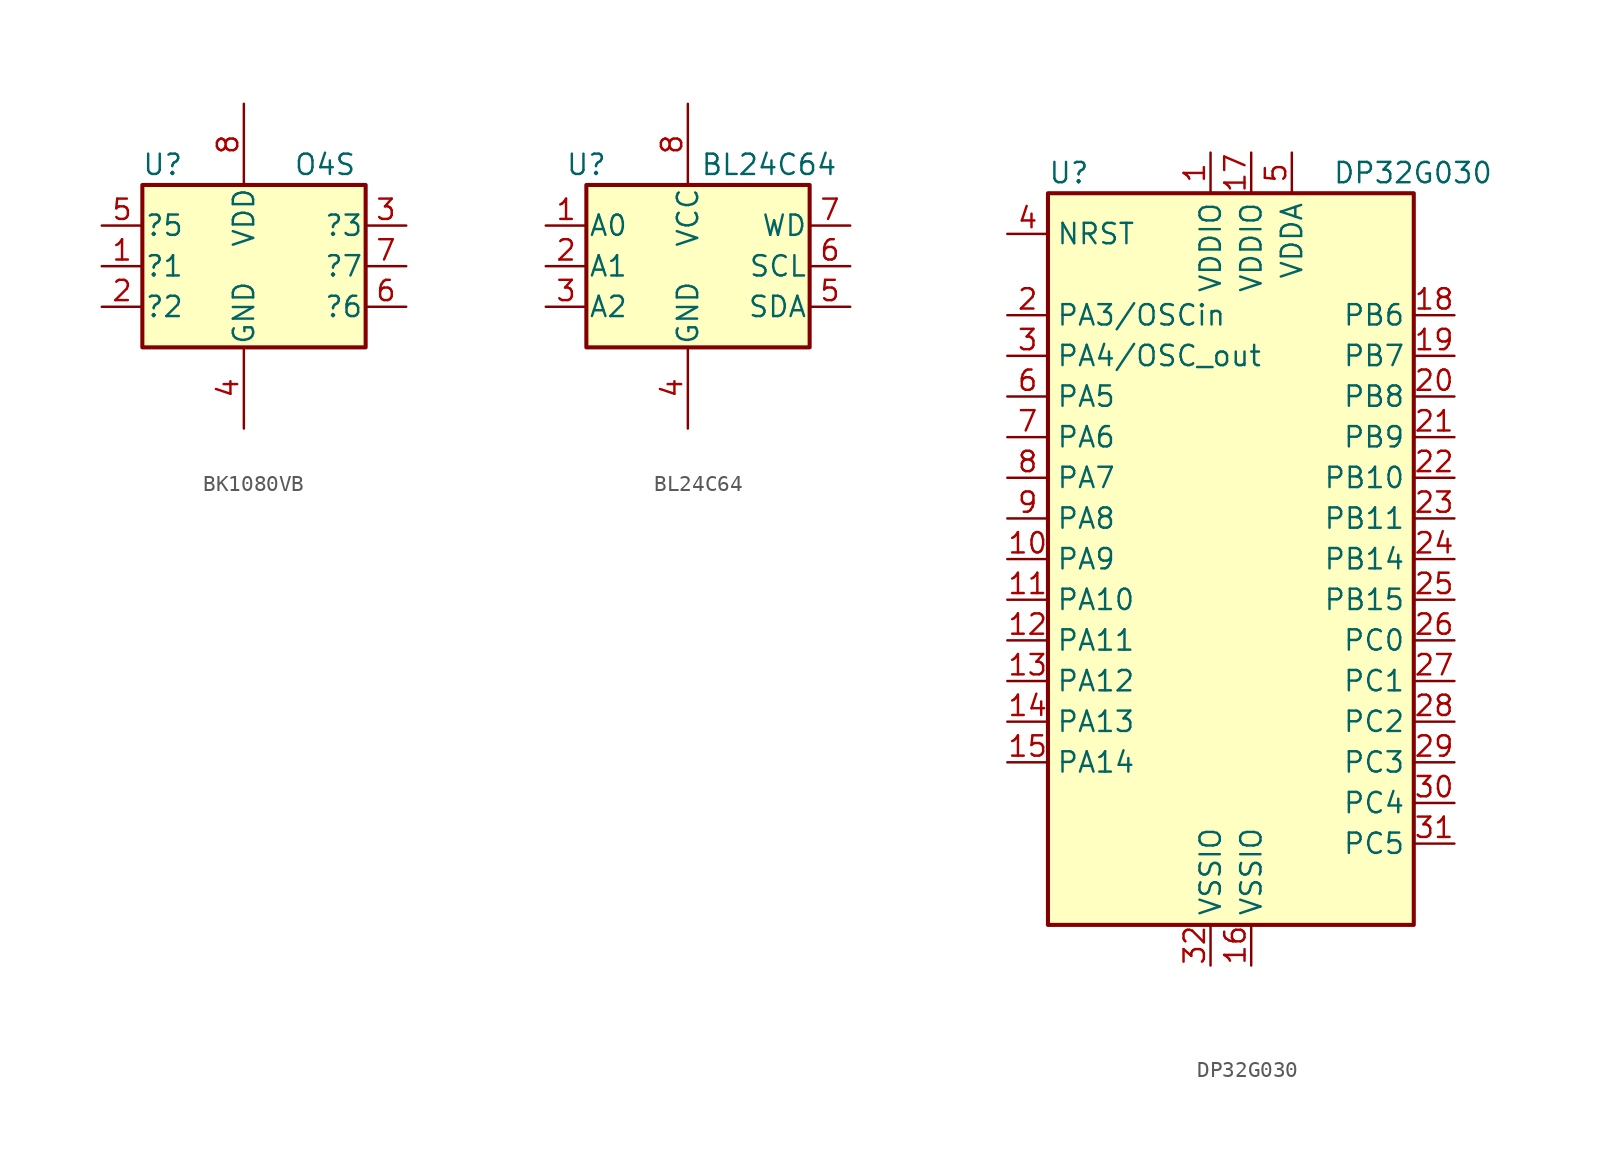
<source format=kicad_sym>
(kicad_symbol_lib
  (version 20220914)
  (generator kicad_symbol_editor)
  (symbol "BK1080VB"
    (pin_names
      (offset 0.127))
    (property "Reference" "U"
      (at -5.08 6.35 0)
      (effects (font (size 1.27 1.27))))
    (property "Value" "O4S"
      (at 5.08 6.35 0)
      (effects (font (size 1.27 1.27))))
    (symbol "BK1080VB_0_1"
      (rectangle (start -6.35 5.08) (end 7.62 -5.08) (stroke (width 0.254) (type default)) (fill (type background))))
    (symbol "BK1080VB_1_1"
      (pin input line (at -8.89 0 0) (length 2.54) (name "?1" (effects (font (size 1.27 1.27)))) (number "1" (effects (font (size 1.27 1.27)))))
      (pin input line (at -8.89 -2.54 0) (length 2.54) (name "?2" (effects (font (size 1.27 1.27)))) (number "2" (effects (font (size 1.27 1.27)))))
      (pin output line (at 10.16 2.54 180) (length 2.54) (name "?3" (effects (font (size 1.27 1.27)))) (number "3" (effects (font (size 1.27 1.27)))))
      (pin power_in line (at 0 -10.16 90) (length 5.08) (name "GND" (effects (font (size 1.27 1.27)))) (number "4" (effects (font (size 1.27 1.27)))))
      (pin input line (at -8.89 2.54 0) (length 2.54) (name "?5" (effects (font (size 1.27 1.27)))) (number "5" (effects (font (size 1.27 1.27)))))
      (pin input line (at 10.16 -2.54 180) (length 2.54) (name "?6" (effects (font (size 1.27 1.27)))) (number "6" (effects (font (size 1.27 1.27)))))
      (pin output line (at 10.16 0 180) (length 2.54) (name "?7" (effects (font (size 1.27 1.27)))) (number "7" (effects (font (size 1.27 1.27)))))
      (pin power_in line (at 0 10.16 270) (length 5.08) (name "VDD" (effects (font (size 1.27 1.27)))) (number "8" (effects (font (size 1.27 1.27)))))))
  (symbol "BL24C64"
    (pin_names
      (offset 0.127))
    (property "Reference" "U"
      (at -6.35 6.35 0)
      (effects (font (size 1.27 1.27))))
    (property "Value" "BL24C64"
      (at 5.08 6.35 0)
      (effects (font (size 1.27 1.27))))
    (symbol "BL24C64_0_1"
      (rectangle (start -6.35 5.08) (end 7.62 -5.08) (stroke (width 0.254) (type default)) (fill (type background))))
    (symbol "BL24C64_1_1"
      (pin input line (at -8.89 2.54 0) (length 2.54) (name "A0" (effects (font (size 1.27 1.27)))) (number "1" (effects (font (size 1.27 1.27)))))
      (pin input line (at -8.89 0 0) (length 2.54) (name "A1" (effects (font (size 1.27 1.27)))) (number "2" (effects (font (size 1.27 1.27)))))
      (pin input line (at -8.89 -2.54 0) (length 2.54) (name "A2" (effects (font (size 1.27 1.27)))) (number "3" (effects (font (size 1.27 1.27)))))
      (pin power_in line (at 0 -10.16 90) (length 5.08) (name "GND" (effects (font (size 1.27 1.27)))) (number "4" (effects (font (size 1.27 1.27)))))
      (pin bidirectional line (at 10.16 -2.54 180) (length 2.54) (name "SDA" (effects (font (size 1.27 1.27)))) (number "5" (effects (font (size 1.27 1.27)))))
      (pin bidirectional line (at 10.16 0 180) (length 2.54) (name "SCL" (effects (font (size 1.27 1.27)))) (number "6" (effects (font (size 1.27 1.27)))))
      (pin bidirectional line (at 10.16 2.54 180) (length 2.54) (name "WD" (effects (font (size 1.27 1.27)))) (number "7" (effects (font (size 1.27 1.27)))))
      (pin power_in line (at 0 10.16 270) (length 5.08) (name "VCC" (effects (font (size 1.27 1.27)))) (number "8" (effects (font (size 1.27 1.27)))))))
  (symbol "DP32G030"
    (property "Reference" "U"
      (at -10.16 24.13 0)
      (effects (font (size 1.27 1.27)) (justify left)))
    (property "Value" "DP32G030"
      (at 7.62 24.13 0)
      (effects (font (size 1.27 1.27)) (justify left)))
    (property "ki_locked" ""
      (at 0 0 0)
      (effects (font (size 1.27 1.27))))
    (symbol "DP32G030_0_1"
      (rectangle (start -10.16 22.86) (end 12.7 -22.86) (stroke (width 0.254) (type default)) (fill (type background))))
    (symbol "DP32G030_1_1"
      (pin power_in line (at 0 25.4 270) (length 2.54) (name "VDDIO" (effects (font (size 1.27 1.27)))) (number "1" (effects (font (size 1.27 1.27)))))
      (pin bidirectional line (at -12.7 0 0) (length 2.54) (name "PA9" (effects (font (size 1.27 1.27)))) (number "10" (effects (font (size 1.27 1.27)))) (alternate "ADC_IN4" bidirectional line) (alternate "SPI1_NSS" bidirectional line) (alternate "TIM14_CH1" bidirectional line) (alternate "USART1_CK" bidirectional line))
      (pin bidirectional line (at -12.7 -2.54 0) (length 2.54) (name "PA10" (effects (font (size 1.27 1.27)))) (number "11" (effects (font (size 1.27 1.27)))) (alternate "ADC_IN5" bidirectional line) (alternate "SPI1_SCK" bidirectional line))
      (pin bidirectional line (at -12.7 -5.08 0) (length 2.54) (name "PA11" (effects (font (size 1.27 1.27)))) (number "12" (effects (font (size 1.27 1.27)))) (alternate "ADC_IN6" bidirectional line) (alternate "SPI1_MISO" bidirectional line) (alternate "TIM16_CH1" bidirectional line) (alternate "TIM1_BKIN" bidirectional line) (alternate "TIM3_CH1" bidirectional line))
      (pin bidirectional line (at -12.7 -7.62 0) (length 2.54) (name "PA12" (effects (font (size 1.27 1.27)))) (number "13" (effects (font (size 1.27 1.27)))) (alternate "ADC_IN7" bidirectional line) (alternate "SPI1_MOSI" bidirectional line) (alternate "TIM14_CH1" bidirectional line) (alternate "TIM17_CH1" bidirectional line) (alternate "TIM1_CH1N" bidirectional line) (alternate "TIM3_CH2" bidirectional line))
      (pin bidirectional line (at -12.7 -10.16 0) (length 2.54) (name "PA13" (effects (font (size 1.27 1.27)))) (number "14" (effects (font (size 1.27 1.27)))) (alternate "ADC_IN8" bidirectional line) (alternate "TIM1_CH2N" bidirectional line) (alternate "TIM3_CH3" bidirectional line))
      (pin bidirectional line (at -12.7 -12.7 0) (length 2.54) (name "PA14" (effects (font (size 1.27 1.27)))) (number "15" (effects (font (size 1.27 1.27)))) (alternate "ADC_IN9" bidirectional line) (alternate "TIM14_CH1" bidirectional line) (alternate "TIM1_CH3N" bidirectional line) (alternate "TIM3_CH4" bidirectional line))
      (pin power_in line (at 2.54 -25.4 90) (length 2.54) (name "VSSIO" (effects (font (size 1.27 1.27)))) (number "16" (effects (font (size 1.27 1.27)))))
      (pin power_in line (at 2.54 25.4 270) (length 2.54) (name "VDDIO" (effects (font (size 1.27 1.27)))) (number "17" (effects (font (size 1.27 1.27)))))
      (pin bidirectional line (at 15.24 15.24 180) (length 2.54) (name "PB6" (effects (font (size 1.27 1.27)))) (number "18" (effects (font (size 1.27 1.27)))) (alternate "RCC_MCO" bidirectional line) (alternate "TIM1_CH1" bidirectional line) (alternate "USART1_CK" bidirectional line))
      (pin bidirectional line (at 15.24 12.7 180) (length 2.54) (name "PB7" (effects (font (size 1.27 1.27)))) (number "19" (effects (font (size 1.27 1.27)))) (alternate "I2C1_SCL" bidirectional line) (alternate "TIM1_CH2" bidirectional line) (alternate "USART1_TX" bidirectional line))
      (pin bidirectional line (at -12.7 15.24 0) (length 2.54) (name "PA3/OSCin" (effects (font (size 1.27 1.27)))) (number "2" (effects (font (size 1.27 1.27)))) (alternate "RCC_OSC_IN" bidirectional line))
      (pin bidirectional line (at 15.24 10.16 180) (length 2.54) (name "PB8" (effects (font (size 1.27 1.27)))) (number "20" (effects (font (size 1.27 1.27)))) (alternate "I2C1_SDA" bidirectional line) (alternate "TIM17_BKIN" bidirectional line) (alternate "TIM1_CH3" bidirectional line) (alternate "USART1_RX" bidirectional line))
      (pin bidirectional line (at 15.24 7.62 180) (length 2.54) (name "PB9" (effects (font (size 1.27 1.27)))) (number "21" (effects (font (size 1.27 1.27)))) (alternate "TIM1_CH4" bidirectional line) (alternate "USART1_CTS" bidirectional line))
      (pin bidirectional line (at 15.24 5.08 180) (length 2.54) (name "PB10" (effects (font (size 1.27 1.27)))) (number "22" (effects (font (size 1.27 1.27)))) (alternate "TIM1_ETR" bidirectional line) (alternate "USART1_DE" bidirectional line) (alternate "USART1_RTS" bidirectional line))
      (pin bidirectional line (at 15.24 2.54 180) (length 2.54) (name "PB11" (effects (font (size 1.27 1.27)))) (number "23" (effects (font (size 1.27 1.27)))) (alternate "IR_OUT" bidirectional line) (alternate "SYS_SWDIO" bidirectional line))
      (pin bidirectional line (at 15.24 0 180) (length 2.54) (name "PB14" (effects (font (size 1.27 1.27)))) (number "24" (effects (font (size 1.27 1.27)))) (alternate "SYS_SWCLK" bidirectional line) (alternate "USART1_TX" bidirectional line))
      (pin bidirectional line (at 15.24 -2.54 180) (length 2.54) (name "PB15" (effects (font (size 1.27 1.27)))) (number "25" (effects (font (size 1.27 1.27)))) (alternate "SPI1_NSS" bidirectional line) (alternate "USART1_RX" bidirectional line))
      (pin bidirectional line (at 15.24 -5.08 180) (length 2.54) (name "PC0" (effects (font (size 1.27 1.27)))) (number "26" (effects (font (size 1.27 1.27)))) (alternate "SPI1_SCK" bidirectional line))
      (pin bidirectional line (at 15.24 -7.62 180) (length 2.54) (name "PC1" (effects (font (size 1.27 1.27)))) (number "27" (effects (font (size 1.27 1.27)))) (alternate "SPI1_MISO" bidirectional line) (alternate "TIM3_CH1" bidirectional line))
      (pin bidirectional line (at 15.24 -10.16 180) (length 2.54) (name "PC2" (effects (font (size 1.27 1.27)))) (number "28" (effects (font (size 1.27 1.27)))) (alternate "I2C1_SMBA" bidirectional line) (alternate "SPI1_MOSI" bidirectional line) (alternate "TIM16_BKIN" bidirectional line) (alternate "TIM3_CH2" bidirectional line))
      (pin bidirectional line (at 15.24 -12.7 180) (length 2.54) (name "PC3" (effects (font (size 1.27 1.27)))) (number "29" (effects (font (size 1.27 1.27)))) (alternate "I2C1_SCL" bidirectional line) (alternate "TIM16_CH1N" bidirectional line) (alternate "USART1_TX" bidirectional line))
      (pin bidirectional line (at -12.7 12.7 0) (length 2.54) (name "PA4/OSC_out" (effects (font (size 1.27 1.27)))) (number "3" (effects (font (size 1.27 1.27)))) (alternate "RCC_OSC_OUT" bidirectional line))
      (pin bidirectional line (at 15.24 -15.24 180) (length 2.54) (name "PC4" (effects (font (size 1.27 1.27)))) (number "30" (effects (font (size 1.27 1.27)))) (alternate "I2C1_SDA" bidirectional line) (alternate "TIM17_CH1N" bidirectional line) (alternate "USART1_RX" bidirectional line))
      (pin bidirectional line (at 15.24 -17.78 180) (length 2.54) (name "PC5" (effects (font (size 1.27 1.27)))) (number "31" (effects (font (size 1.27 1.27)))))
      (pin passive line (at 2.54 -25.4 90) (length 2.54) hide (name "VSS" (effects (font (size 1.27 1.27)))) (number "32" (effects (font (size 1.27 1.27)))))
      (pin power_in line (at 0 -25.4 90) (length 2.54) (name "VSSIO" (effects (font (size 1.27 1.27)))) (number "32" (effects (font (size 1.27 1.27)))))
      (pin input line (at -12.7 20.32 0) (length 2.54) (name "NRST" (effects (font (size 1.27 1.27)))) (number "4" (effects (font (size 1.27 1.27)))))
      (pin power_in line (at 5.08 25.4 270) (length 2.54) (name "VDDA" (effects (font (size 1.27 1.27)))) (number "5" (effects (font (size 1.27 1.27)))))
      (pin bidirectional line (at -12.7 10.16 0) (length 2.54) (name "PA5" (effects (font (size 1.27 1.27)))) (number "6" (effects (font (size 1.27 1.27)))) (alternate "ADC_IN0" bidirectional line) (alternate "RTC_TAMP2" bidirectional line) (alternate "SYS_WKUP1" bidirectional line) (alternate "USART1_CTS" bidirectional line))
      (pin bidirectional line (at -12.7 7.62 0) (length 2.54) (name "PA6" (effects (font (size 1.27 1.27)))) (number "7" (effects (font (size 1.27 1.27)))) (alternate "ADC_IN1" bidirectional line) (alternate "USART1_DE" bidirectional line) (alternate "USART1_RTS" bidirectional line))
      (pin bidirectional line (at -12.7 5.08 0) (length 2.54) (name "PA7" (effects (font (size 1.27 1.27)))) (number "8" (effects (font (size 1.27 1.27)))) (alternate "ADC_IN2" bidirectional line) (alternate "USART1_TX" bidirectional line))
      (pin bidirectional line (at -12.7 2.54 0) (length 2.54) (name "PA8" (effects (font (size 1.27 1.27)))) (number "9" (effects (font (size 1.27 1.27)))) (alternate "ADC_IN3" bidirectional line) (alternate "USART1_RX" bidirectional line)))))
</source>
